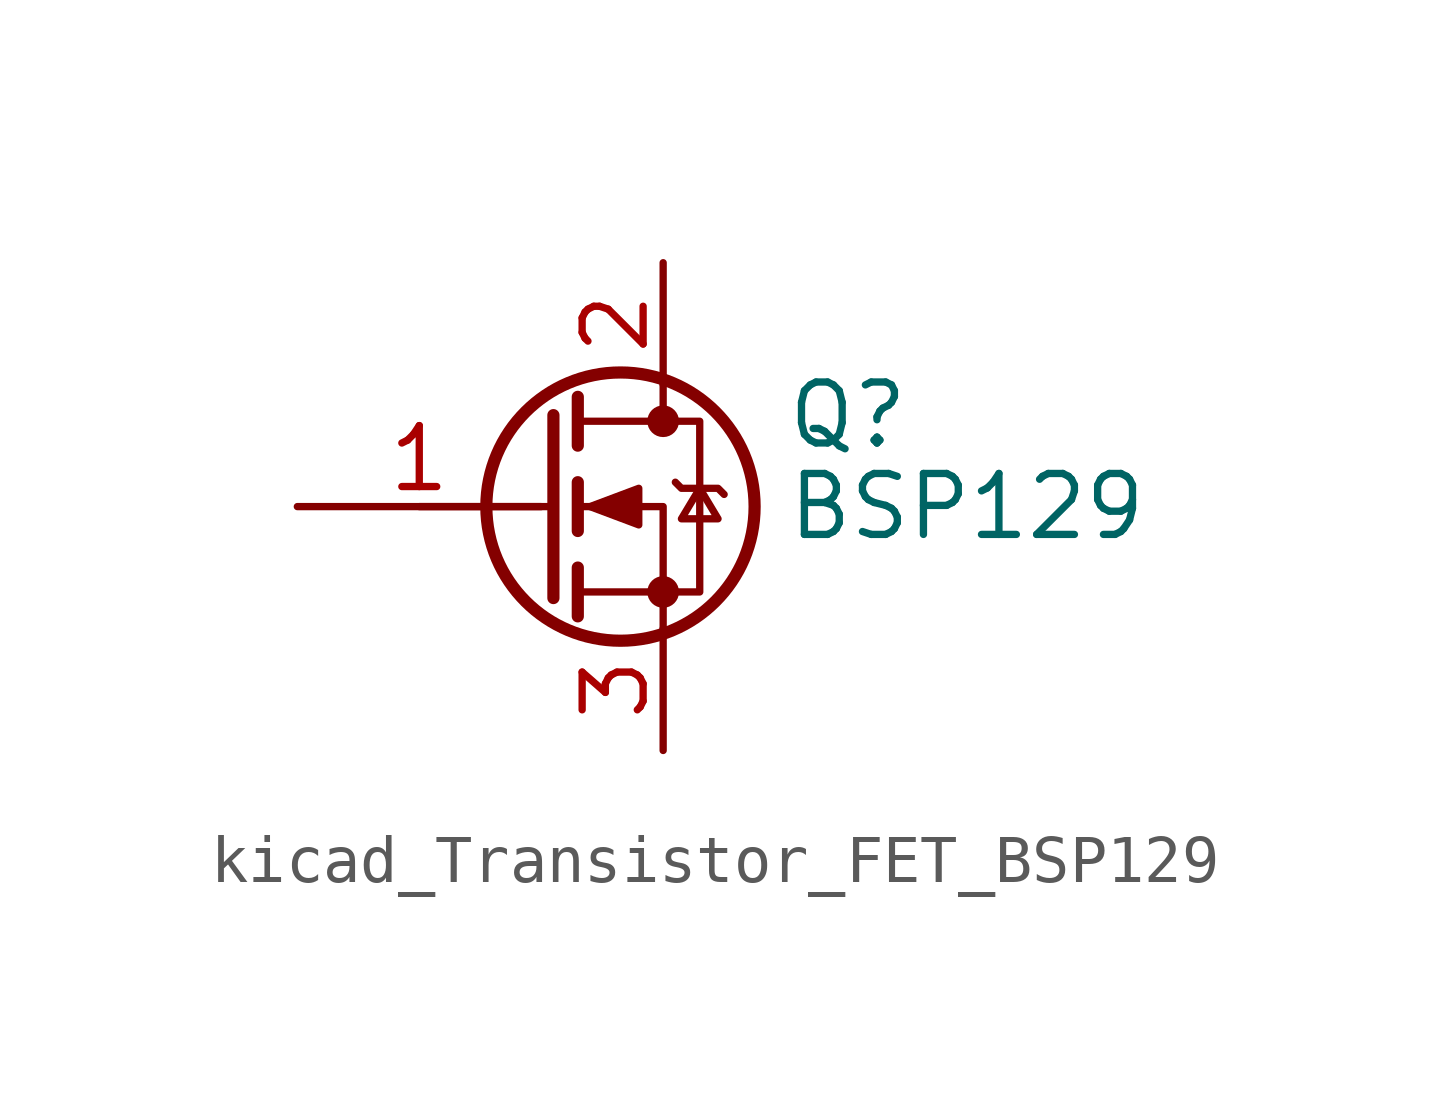
<source format=kicad_sym>
(kicad_symbol_lib
  (version 20220914)
  (generator kicad_symbol_editor)
  (symbol "kicad_Transistor_FET_BSP129"
    (pin_names hide)
    (property "Reference" "Q"
      (at 5.08 1.905 0)
      (effects (font (size 1.27 1.27)) (justify left)))
    (property "Value" "BSP129"
      (at 5.08 0 0)
      (effects (font (size 1.27 1.27)) (justify left)))
    (symbol "kicad_Transistor_FET_BSP129_0_1"
      (polyline (pts (xy 0.254 0) (xy -2.54 0)) (stroke (width 0) (type default)) (fill (type none)))
      (polyline (pts (xy 0.254 1.905) (xy 0.254 -1.905)) (stroke (width 0.254) (type default)) (fill (type none)))
      (polyline (pts (xy 0.762 -1.27) (xy 0.762 -2.286)) (stroke (width 0.254) (type default)) (fill (type none)))
      (polyline (pts (xy 0.762 0.508) (xy 0.762 -0.508)) (stroke (width 0.254) (type default)) (fill (type none)))
      (polyline (pts (xy 0.762 2.286) (xy 0.762 1.27)) (stroke (width 0.254) (type default)) (fill (type none)))
      (polyline (pts (xy 2.54 2.54) (xy 2.54 1.778)) (stroke (width 0) (type default)) (fill (type none)))
      (polyline (pts (xy 2.54 -2.54) (xy 2.54 0) (xy 0.762 0)) (stroke (width 0) (type default)) (fill (type none)))
      (polyline (pts (xy 0.762 -1.778) (xy 3.302 -1.778) (xy 3.302 1.778) (xy 0.762 1.778)) (stroke (width 0) (type default)) (fill (type none)))
      (polyline (pts (xy 1.016 0) (xy 2.032 0.381) (xy 2.032 -0.381) (xy 1.016 0)) (stroke (width 0) (type default)) (fill (type outline)))
      (polyline (pts (xy 2.794 0.508) (xy 2.921 0.381) (xy 3.683 0.381) (xy 3.81 0.254)) (stroke (width 0) (type default)) (fill (type none)))
      (polyline (pts (xy 3.302 0.381) (xy 2.921 -0.254) (xy 3.683 -0.254) (xy 3.302 0.381)) (stroke (width 0) (type default)) (fill (type none)))
      (circle (center 1.651 0) (radius 2.794) (stroke (width 0.254) (type default)) (fill (type none)))
      (circle (center 2.54 -1.778) (radius 0.254) (stroke (width 0) (type default)) (fill (type outline)))
      (circle (center 2.54 1.778) (radius 0.254) (stroke (width 0) (type default)) (fill (type outline))))
    (symbol "kicad_Transistor_FET_BSP129_1_1"
      (pin input line (at -5.08 0 0) (length 5.08) (name "G" (effects (font (size 1.27 1.27)))) (number "1" (effects (font (size 1.27 1.27)))))
      (pin passive line (at 2.54 5.08 270) (length 2.54) (name "D" (effects (font (size 1.27 1.27)))) (number "2" (effects (font (size 1.27 1.27)))))
      (pin passive line (at 2.54 -5.08 90) (length 2.54) (name "S" (effects (font (size 1.27 1.27)))) (number "3" (effects (font (size 1.27 1.27))))))))
</source>
